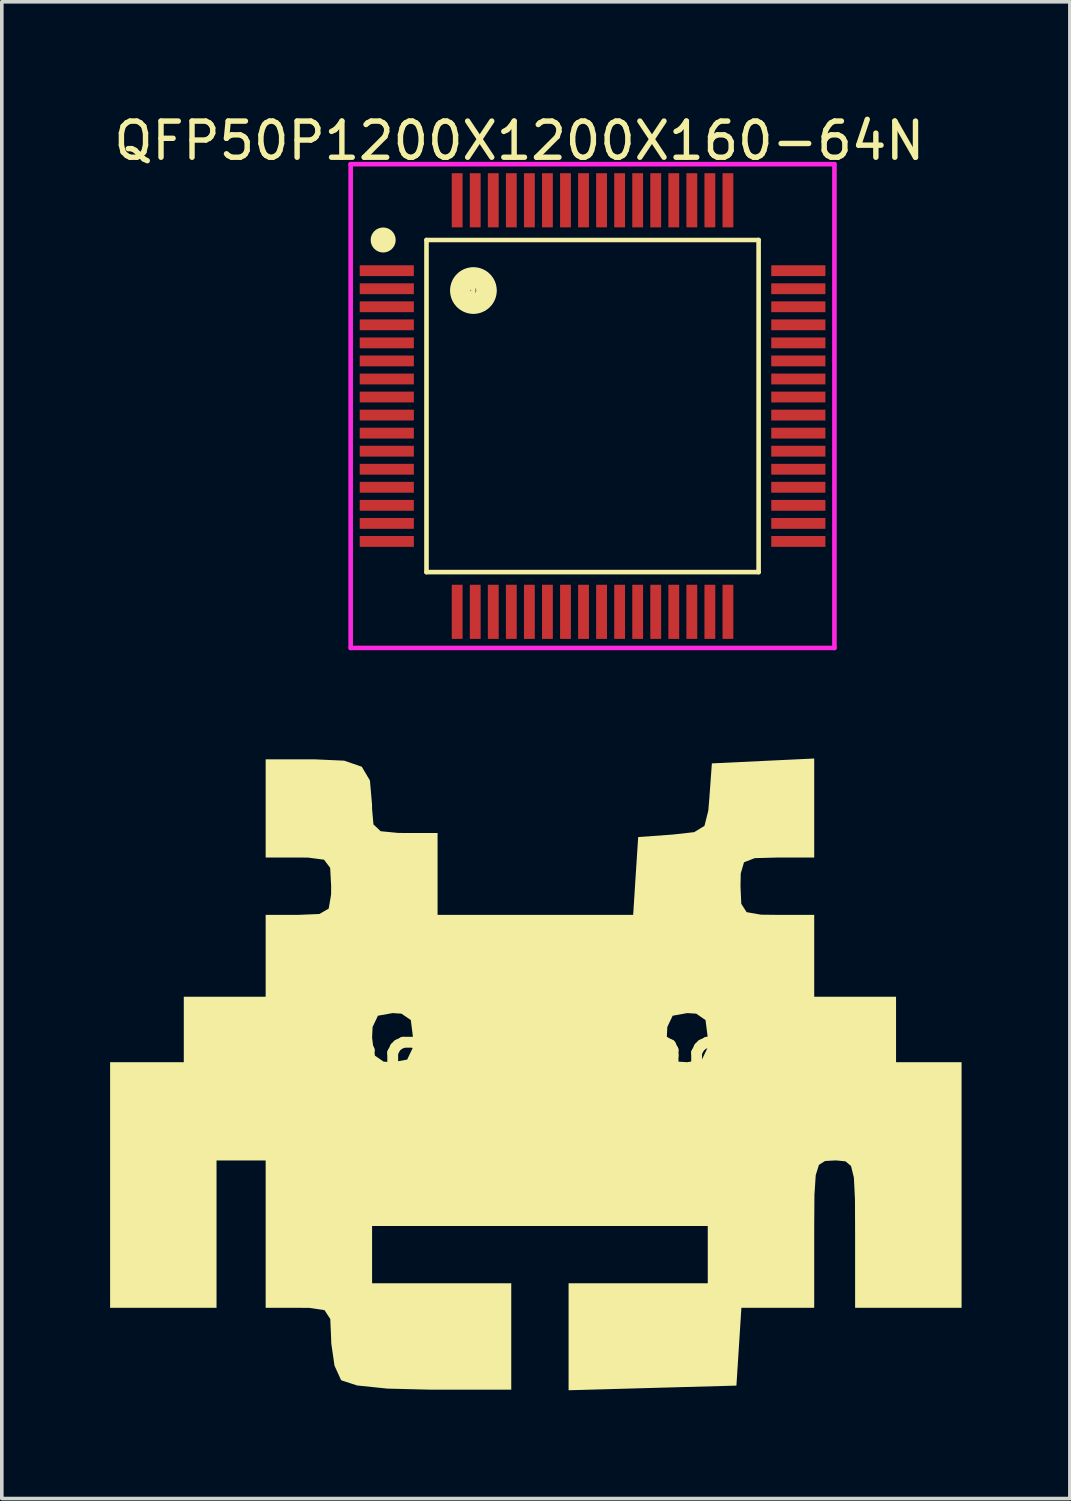
<source format=kicad_pcb>
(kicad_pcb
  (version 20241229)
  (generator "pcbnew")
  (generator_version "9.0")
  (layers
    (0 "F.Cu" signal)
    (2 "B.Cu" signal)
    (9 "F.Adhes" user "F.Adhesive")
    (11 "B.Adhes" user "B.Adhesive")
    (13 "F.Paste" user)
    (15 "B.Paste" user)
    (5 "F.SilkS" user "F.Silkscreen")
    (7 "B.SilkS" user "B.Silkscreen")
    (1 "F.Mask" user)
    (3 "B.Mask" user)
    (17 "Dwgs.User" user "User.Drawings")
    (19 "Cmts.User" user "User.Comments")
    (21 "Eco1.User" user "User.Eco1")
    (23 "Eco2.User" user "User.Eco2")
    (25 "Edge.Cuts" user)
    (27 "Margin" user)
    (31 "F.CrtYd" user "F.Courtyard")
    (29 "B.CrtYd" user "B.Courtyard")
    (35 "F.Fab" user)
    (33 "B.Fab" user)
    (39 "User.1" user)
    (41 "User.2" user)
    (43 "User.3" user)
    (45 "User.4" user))
  (footprint "space_invader"
    (layer "F.Cu")
    (at 11.566 26.147)
    (property "Reference" "space_invader" (at 0 0 0) (layer "F.SilkS") (effects (font (size 1.524 1.524) (thickness 0.3))))
    (attr board_only exclude_from_pos_files exclude_from_bom)
    (fp_poly (pts (xy 7.938 -5.443) (xy 6.917 -5.443) (xy 6.29 -5.426) (xy 5.993 -5.311) (xy 5.903 -5.002) (xy 5.896 -4.649) (xy 5.918 -4.161) (xy 6.066 -3.93) (xy 6.463 -3.86) (xy 6.917 -3.855) (xy 7.938 -3.855) (xy 7.938 -1.587) (xy 10.205 -1.587) (xy 10.205 0.227) (xy 12.02 0.227) (xy 12.02 7.03) (xy 9.071 7.03) (xy 9.071 4.989) (xy 9.067 4.023) (xy 9.037 3.423) (xy 8.958 3.102) (xy 8.805 2.973) (xy 8.554 2.948) (xy 8.504 2.948) (xy 8.236 2.964) (xy 8.069 3.071) (xy 7.98 3.356) (xy 7.944 3.907) (xy 7.938 4.809) (xy 7.938 4.989) (xy 7.938 7.03) (xy 5.921 7.03) (xy 5.852 8.108) (xy 5.783 9.185) (xy 3.458 9.249) (xy 1.134 9.314) (xy 1.134 6.35) (xy 4.989 6.35) (xy 4.989 4.763) (xy -4.309 4.763) (xy -4.309 6.35) (xy -0.454 6.35) (xy -0.454 9.298) (xy -2.676 9.298) (xy -3.886 9.268) (xy -4.724 9.181) (xy -5.153 9.042) (xy -5.171 9.026) (xy -5.35 8.633) (xy -5.44 8.014) (xy -5.443 7.892) (xy -5.467 7.341) (xy -5.626 7.095) (xy -6.05 7.032) (xy -6.35 7.03) (xy -7.257 7.03) (xy -7.257 2.948) (xy -8.618 2.948) (xy -8.618 7.03) (xy -11.566 7.03) (xy -11.566 0.227) (xy -9.525 0.227) (xy -9.525 -0.454) (xy -4.309 -0.454) (xy -4.248 0.033) (xy -3.989 0.211) (xy -3.742 0.227) (xy -3.337 0.154) (xy -3.189 -0.158) (xy -3.175 -0.454) (xy 3.855 -0.454) (xy 3.916 0.033) (xy 4.176 0.211) (xy 4.422 0.227) (xy 4.828 0.154) (xy 4.976 -0.158) (xy 4.989 -0.454) (xy 4.928 -0.94) (xy 4.669 -1.118) (xy 4.422 -1.134) (xy 4.017 -1.061) (xy 3.869 -0.749) (xy 3.855 -0.454) (xy -3.175 -0.454) (xy -3.236 -0.94) (xy -3.495 -1.118) (xy -3.742 -1.134) (xy -4.147 -1.061) (xy -4.295 -0.749) (xy -4.309 -0.454) (xy -9.525 -0.454) (xy -9.525 -1.587) (xy -7.257 -1.587) (xy -7.257 -3.855) (xy -6.35 -3.855) (xy -5.769 -3.879) (xy -5.511 -4.028) (xy -5.445 -4.415) (xy -5.443 -4.649) (xy -5.47 -5.157) (xy -5.64 -5.383) (xy -6.082 -5.441) (xy -6.35 -5.443) (xy -7.257 -5.443) (xy -7.257 -8.164) (xy -5.921 -8.164) (xy -5.08 -8.126) (xy -4.594 -7.958) (xy -4.369 -7.578) (xy -4.31 -6.905) (xy -4.309 -6.785) (xy -4.271 -6.36) (xy -4.072 -6.172) (xy -3.581 -6.124) (xy -3.402 -6.123) (xy -2.495 -6.123) (xy -2.495 -3.855) (xy 2.923 -3.855) (xy 2.992 -4.933) (xy 3.062 -6.01) (xy 4.013 -6.079) (xy 4.614 -6.146) (xy 4.898 -6.321) (xy 5.004 -6.741) (xy 5.034 -7.099) (xy 5.103 -8.051) (xy 7.938 -8.186)) (stroke (width 0) (type solid)) (fill yes) (layer "F.SilkS")))
  (footprint "QFP50P1200X1200X160-64N"
    (layer "F.Cu")
    (at 13.364 8.198)
    (property "Reference" "QFP50P1200X1200X160-64N" (at -2.029 -7.348 0) (layer "F.SilkS") (effects (font (size 1.002 1.002) (thickness 0.15))))
    (attr through_hole)
    (fp_line (start -4.6 -4.6) (end 4.6 -4.6) (stroke (width 0.127) (type solid)) (layer "F.SilkS"))
    (fp_line (start -4.6 4.6) (end -4.6 -4.6) (stroke (width 0.127) (type solid)) (layer "F.SilkS"))
    (fp_line (start 4.6 -4.6) (end 4.6 4.6) (stroke (width 0.127) (type solid)) (layer "F.SilkS"))
    (fp_line (start 4.6 4.6) (end -4.6 4.6) (stroke (width 0.127) (type solid)) (layer "F.SilkS"))
    (fp_circle (center -5.9 -4.6) (end -5.8 -4.6) (stroke (width 0.127) (type solid)) (fill no) (layer "F.SilkS"))
    (fp_circle (center -5.8 -4.6) (end -5.7 -4.6) (stroke (width 0.127) (type solid)) (fill no) (layer "F.SilkS"))
    (fp_circle (center -5.8 -4.6) (end -5.659 -4.6) (stroke (width 0.127) (type solid)) (fill no) (layer "F.SilkS"))
    (fp_circle (center -5.8 -4.6) (end -5.659 -4.6) (stroke (width 0.127) (type solid)) (fill no) (layer "F.SilkS"))
    (fp_circle (center -5.8 -4.6) (end -5.576 -4.6) (stroke (width 0.127) (type solid)) (fill no) (layer "F.SilkS"))
    (fp_circle (center -5.8 -4.6) (end -5.517 -4.6) (stroke (width 0.127) (type solid)) (fill no) (layer "F.SilkS"))
    (fp_circle (center -3.4 -3.2) (end -3.3 -3.2) (stroke (width 0.127) (type solid)) (fill no) (layer "F.SilkS"))
    (fp_circle (center -3.3 -3.2) (end -3.159 -3.2) (stroke (width 0.127) (type solid)) (fill no) (layer "F.SilkS"))
    (fp_circle (center -3.3 -3.2) (end -3.076 -3.2) (stroke (width 0.127) (type solid)) (fill no) (layer "F.SilkS"))
    (fp_circle (center -3.3 -3.2) (end -3.017 -3.2) (stroke (width 0.127) (type solid)) (fill no) (layer "F.SilkS"))
    (fp_circle (center -3.3 -3.2) (end -2.939 -3.2) (stroke (width 0.127) (type solid)) (fill no) (layer "F.SilkS"))
    (fp_circle (center -3.3 -3.2) (end -2.876 -3.2) (stroke (width 0.127) (type solid)) (fill no) (layer "F.SilkS"))
    (fp_circle (center -3.3 -3.2) (end -2.8 -3.2) (stroke (width 0.127) (type solid)) (fill no) (layer "F.SilkS"))
    (fp_circle (center -3.3 -3.2) (end -2.734 -3.2) (stroke (width 0.127) (type solid)) (fill no) (layer "F.SilkS"))
    (fp_circle (center -3.3 -3.2) (end -2.717 -3.2) (stroke (width 0.127) (type solid)) (fill no) (layer "F.SilkS"))
    (fp_line (start -6.7 -6.7) (end 6.7 -6.7) (stroke (width 0.127) (type solid)) (layer "F.CrtYd"))
    (fp_line (start -6.7 6.7) (end -6.7 -6.7) (stroke (width 0.127) (type solid)) (layer "F.CrtYd"))
    (fp_line (start 6.7 -6.7) (end 6.7 6.7) (stroke (width 0.127) (type solid)) (layer "F.CrtYd"))
    (fp_line (start 6.7 6.7) (end -6.7 6.7) (stroke (width 0.127) (type solid)) (layer "F.CrtYd"))
    (pad "1" smd rect (at -5.7 -3.75) (size 1.5 0.3) (layers "F.Cu" "F.Mask" "F.Paste"))
    (pad "2" smd rect (at -5.7 -3.25) (size 1.5 0.3) (layers "F.Cu" "F.Mask" "F.Paste"))
    (pad "3" smd rect (at -5.7 -2.75) (size 1.5 0.3) (layers "F.Cu" "F.Mask" "F.Paste"))
    (pad "4" smd rect (at -5.7 -2.25) (size 1.5 0.3) (layers "F.Cu" "F.Mask" "F.Paste"))
    (pad "5" smd rect (at -5.7 -1.75) (size 1.5 0.3) (layers "F.Cu" "F.Mask" "F.Paste"))
    (pad "6" smd rect (at -5.7 -1.25) (size 1.5 0.3) (layers "F.Cu" "F.Mask" "F.Paste"))
    (pad "7" smd rect (at -5.7 -0.75) (size 1.5 0.3) (layers "F.Cu" "F.Mask" "F.Paste"))
    (pad "8" smd rect (at -5.7 -0.25) (size 1.5 0.3) (layers "F.Cu" "F.Mask" "F.Paste"))
    (pad "9" smd rect (at -5.7 0.25) (size 1.5 0.3) (layers "F.Cu" "F.Mask" "F.Paste"))
    (pad "10" smd rect (at -5.7 0.75) (size 1.5 0.3) (layers "F.Cu" "F.Mask" "F.Paste"))
    (pad "11" smd rect (at -5.7 1.25) (size 1.5 0.3) (layers "F.Cu" "F.Mask" "F.Paste"))
    (pad "12" smd rect (at -5.7 1.75) (size 1.5 0.3) (layers "F.Cu" "F.Mask" "F.Paste"))
    (pad "13" smd rect (at -5.7 2.25) (size 1.5 0.3) (layers "F.Cu" "F.Mask" "F.Paste"))
    (pad "14" smd rect (at -5.7 2.75) (size 1.5 0.3) (layers "F.Cu" "F.Mask" "F.Paste"))
    (pad "15" smd rect (at -5.7 3.25) (size 1.5 0.3) (layers "F.Cu" "F.Mask" "F.Paste"))
    (pad "16" smd rect (at -5.7 3.75) (size 1.5 0.3) (layers "F.Cu" "F.Mask" "F.Paste"))
    (pad "17" smd rect (at -3.75 5.7 90) (size 1.5 0.3) (layers "F.Cu" "F.Mask" "F.Paste"))
    (pad "18" smd rect (at -3.25 5.7 90) (size 1.5 0.3) (layers "F.Cu" "F.Mask" "F.Paste"))
    (pad "19" smd rect (at -2.75 5.7 90) (size 1.5 0.3) (layers "F.Cu" "F.Mask" "F.Paste"))
    (pad "20" smd rect (at -2.25 5.7 90) (size 1.5 0.3) (layers "F.Cu" "F.Mask" "F.Paste"))
    (pad "21" smd rect (at -1.75 5.7 90) (size 1.5 0.3) (layers "F.Cu" "F.Mask" "F.Paste"))
    (pad "22" smd rect (at -1.25 5.7 90) (size 1.5 0.3) (layers "F.Cu" "F.Mask" "F.Paste"))
    (pad "23" smd rect (at -0.75 5.7 90) (size 1.5 0.3) (layers "F.Cu" "F.Mask" "F.Paste"))
    (pad "24" smd rect (at -0.25 5.7 90) (size 1.5 0.3) (layers "F.Cu" "F.Mask" "F.Paste"))
    (pad "25" smd rect (at 0.25 5.7 90) (size 1.5 0.3) (layers "F.Cu" "F.Mask" "F.Paste"))
    (pad "26" smd rect (at 0.75 5.7 90) (size 1.5 0.3) (layers "F.Cu" "F.Mask" "F.Paste"))
    (pad "27" smd rect (at 1.25 5.7 90) (size 1.5 0.3) (layers "F.Cu" "F.Mask" "F.Paste"))
    (pad "28" smd rect (at 1.75 5.7 90) (size 1.5 0.3) (layers "F.Cu" "F.Mask" "F.Paste"))
    (pad "29" smd rect (at 2.25 5.7 90) (size 1.5 0.3) (layers "F.Cu" "F.Mask" "F.Paste"))
    (pad "30" smd rect (at 2.75 5.7 90) (size 1.5 0.3) (layers "F.Cu" "F.Mask" "F.Paste"))
    (pad "31" smd rect (at 3.25 5.7 90) (size 1.5 0.3) (layers "F.Cu" "F.Mask" "F.Paste"))
    (pad "32" smd rect (at 3.75 5.7 90) (size 1.5 0.3) (layers "F.Cu" "F.Mask" "F.Paste"))
    (pad "33" smd rect (at 5.7 3.75 180) (size 1.5 0.3) (layers "F.Cu" "F.Mask" "F.Paste"))
    (pad "34" smd rect (at 5.7 3.25 180) (size 1.5 0.3) (layers "F.Cu" "F.Mask" "F.Paste"))
    (pad "35" smd rect (at 5.7 2.75 180) (size 1.5 0.3) (layers "F.Cu" "F.Mask" "F.Paste"))
    (pad "36" smd rect (at 5.7 2.25 180) (size 1.5 0.3) (layers "F.Cu" "F.Mask" "F.Paste"))
    (pad "37" smd rect (at 5.7 1.75 180) (size 1.5 0.3) (layers "F.Cu" "F.Mask" "F.Paste"))
    (pad "38" smd rect (at 5.7 1.25 180) (size 1.5 0.3) (layers "F.Cu" "F.Mask" "F.Paste"))
    (pad "39" smd rect (at 5.7 0.75 180) (size 1.5 0.3) (layers "F.Cu" "F.Mask" "F.Paste"))
    (pad "40" smd rect (at 5.7 0.25 180) (size 1.5 0.3) (layers "F.Cu" "F.Mask" "F.Paste"))
    (pad "41" smd rect (at 5.7 -0.25 180) (size 1.5 0.3) (layers "F.Cu" "F.Mask" "F.Paste"))
    (pad "42" smd rect (at 5.7 -0.75 180) (size 1.5 0.3) (layers "F.Cu" "F.Mask" "F.Paste"))
    (pad "43" smd rect (at 5.7 -1.25 180) (size 1.5 0.3) (layers "F.Cu" "F.Mask" "F.Paste"))
    (pad "44" smd rect (at 5.7 -1.75 180) (size 1.5 0.3) (layers "F.Cu" "F.Mask" "F.Paste"))
    (pad "45" smd rect (at 5.7 -2.25 180) (size 1.5 0.3) (layers "F.Cu" "F.Mask" "F.Paste"))
    (pad "46" smd rect (at 5.7 -2.75 180) (size 1.5 0.3) (layers "F.Cu" "F.Mask" "F.Paste"))
    (pad "47" smd rect (at 5.7 -3.25 180) (size 1.5 0.3) (layers "F.Cu" "F.Mask" "F.Paste"))
    (pad "48" smd rect (at 5.7 -3.75 180) (size 1.5 0.3) (layers "F.Cu" "F.Mask" "F.Paste"))
    (pad "49" smd rect (at 3.75 -5.7 270) (size 1.5 0.3) (layers "F.Cu" "F.Mask" "F.Paste"))
    (pad "50" smd rect (at 3.25 -5.7 270) (size 1.5 0.3) (layers "F.Cu" "F.Mask" "F.Paste"))
    (pad "51" smd rect (at 2.75 -5.7 270) (size 1.5 0.3) (layers "F.Cu" "F.Mask" "F.Paste"))
    (pad "52" smd rect (at 2.25 -5.7 270) (size 1.5 0.3) (layers "F.Cu" "F.Mask" "F.Paste"))
    (pad "53" smd rect (at 1.75 -5.7 270) (size 1.5 0.3) (layers "F.Cu" "F.Mask" "F.Paste"))
    (pad "54" smd rect (at 1.25 -5.7 270) (size 1.5 0.3) (layers "F.Cu" "F.Mask" "F.Paste"))
    (pad "55" smd rect (at 0.75 -5.7 270) (size 1.5 0.3) (layers "F.Cu" "F.Mask" "F.Paste"))
    (pad "56" smd rect (at 0.25 -5.7 270) (size 1.5 0.3) (layers "F.Cu" "F.Mask" "F.Paste"))
    (pad "57" smd rect (at -0.25 -5.7 270) (size 1.5 0.3) (layers "F.Cu" "F.Mask" "F.Paste"))
    (pad "58" smd rect (at -0.75 -5.7 270) (size 1.5 0.3) (layers "F.Cu" "F.Mask" "F.Paste"))
    (pad "59" smd rect (at -1.25 -5.7 270) (size 1.5 0.3) (layers "F.Cu" "F.Mask" "F.Paste"))
    (pad "60" smd rect (at -1.75 -5.7 270) (size 1.5 0.3) (layers "F.Cu" "F.Mask" "F.Paste"))
    (pad "61" smd rect (at -2.25 -5.7 270) (size 1.5 0.3) (layers "F.Cu" "F.Mask" "F.Paste"))
    (pad "62" smd rect (at -2.75 -5.7 270) (size 1.5 0.3) (layers "F.Cu" "F.Mask" "F.Paste"))
    (pad "63" smd rect (at -3.25 -5.7 270) (size 1.5 0.3) (layers "F.Cu" "F.Mask" "F.Paste"))
    (pad "64" smd rect (at -3.75 -5.7 270) (size 1.5 0.3) (layers "F.Cu" "F.Mask" "F.Paste")))
  (gr_rect
    (start -3 -3)
    (end 26.586 38.461)
    (stroke (width 0.1) (type default))
    (fill no)
    (layer "Edge.Cuts")))
</source>
